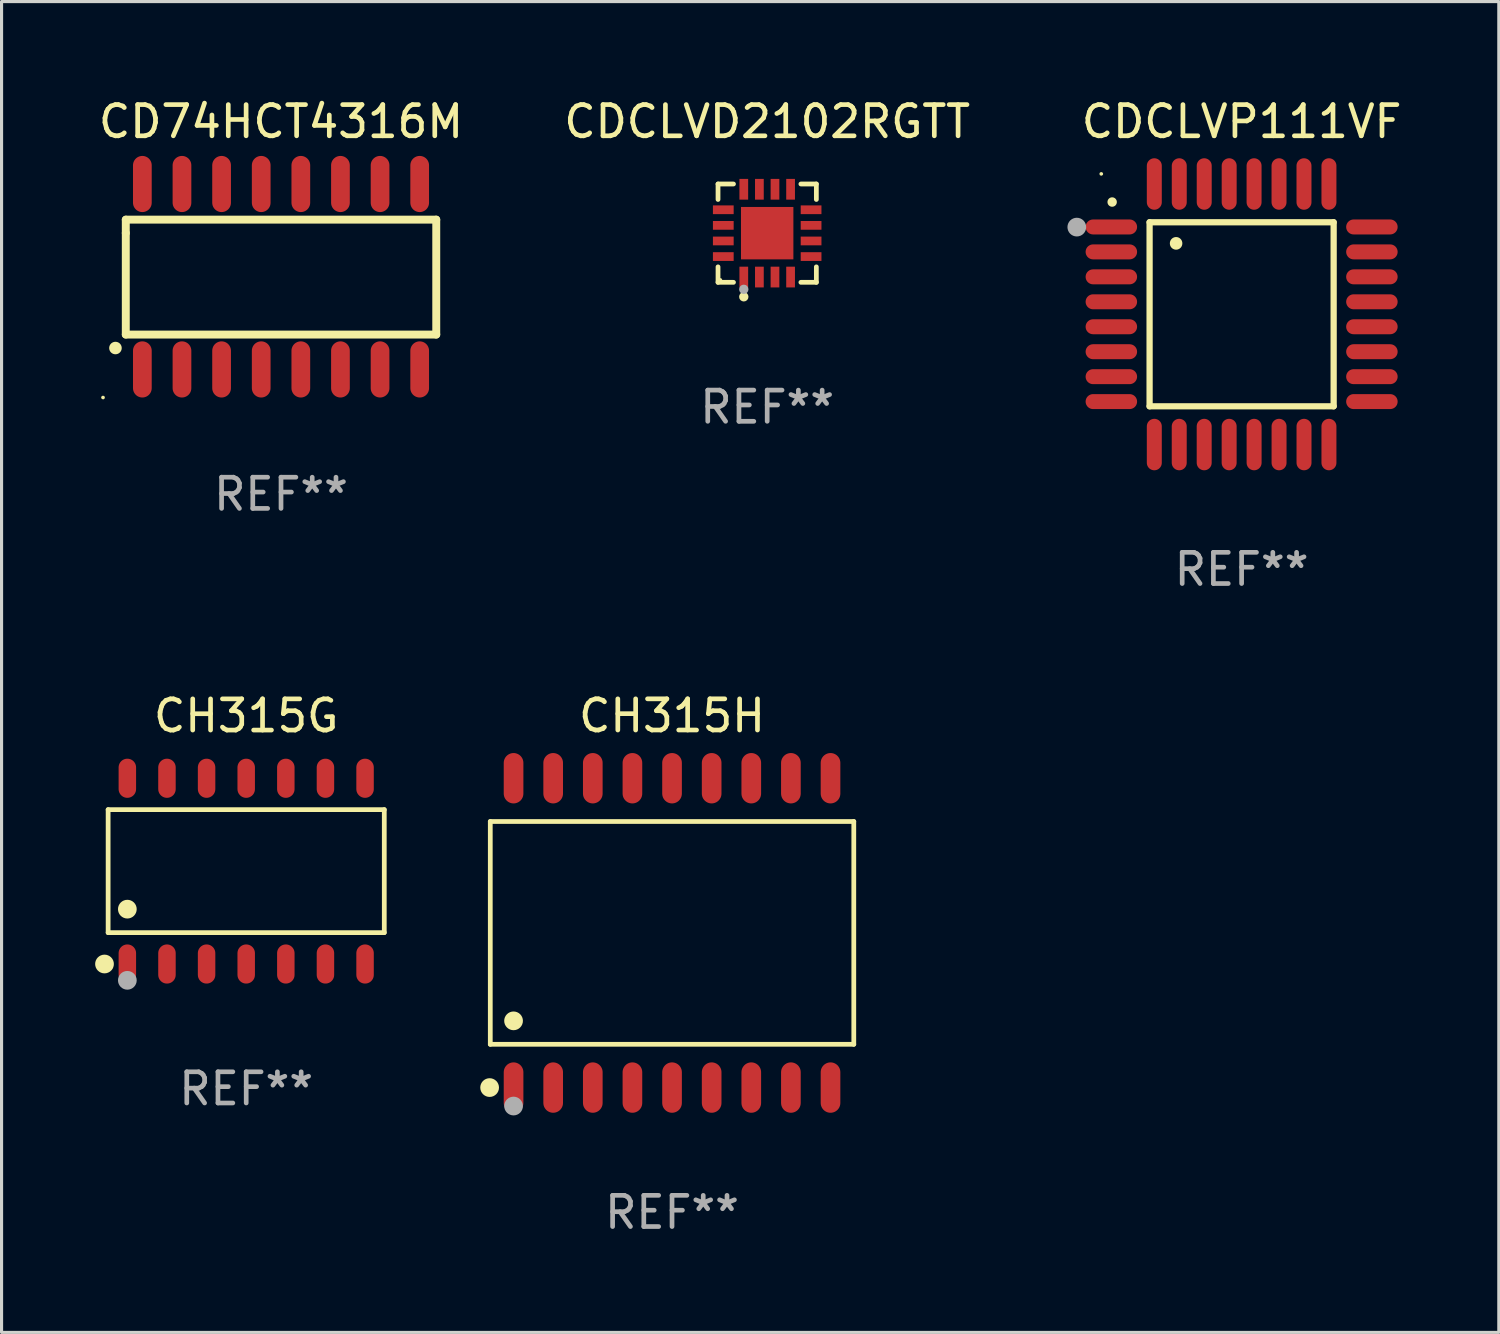
<source format=kicad_pcb>
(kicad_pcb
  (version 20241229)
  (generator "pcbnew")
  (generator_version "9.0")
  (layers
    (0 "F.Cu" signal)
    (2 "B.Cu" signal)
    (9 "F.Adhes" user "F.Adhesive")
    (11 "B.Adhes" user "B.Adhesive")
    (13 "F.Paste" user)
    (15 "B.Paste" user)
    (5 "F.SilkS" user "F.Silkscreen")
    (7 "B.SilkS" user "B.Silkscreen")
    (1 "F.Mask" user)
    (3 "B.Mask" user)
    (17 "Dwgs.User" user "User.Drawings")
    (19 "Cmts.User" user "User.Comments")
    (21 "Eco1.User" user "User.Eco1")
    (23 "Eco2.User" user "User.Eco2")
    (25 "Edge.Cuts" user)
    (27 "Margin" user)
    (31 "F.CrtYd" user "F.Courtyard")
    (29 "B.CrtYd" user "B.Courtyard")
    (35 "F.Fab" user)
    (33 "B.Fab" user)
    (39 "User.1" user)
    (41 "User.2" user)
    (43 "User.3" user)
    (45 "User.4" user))
  (footprint "CDCLVP111VF"
    (layer "F.Cu")
    (at 36.75 7.024)
    (property "Reference" "CDCLVP111VF" (at 0 -6.176 0) (layer "F.SilkS") (effects (font (size 1 1) (thickness 0.15))))
    (attr through_hole)
    (fp_line (start -2.95 -2.95) (end -2.95 2.95) (stroke (width 0.2) (type solid)) (layer "F.SilkS"))
    (fp_line (start -2.95 2.95) (end 2.95 2.95) (stroke (width 0.2) (type solid)) (layer "F.SilkS"))
    (fp_line (start 2.95 -2.95) (end -2.95 -2.95) (stroke (width 0.2) (type solid)) (layer "F.SilkS"))
    (fp_line (start 2.95 2.95) (end 2.95 -2.95) (stroke (width 0.2) (type solid)) (layer "F.SilkS"))
    (fp_arc (start -4.150178 -3.596622) (mid -4.150183 -3.597892) (end -4.150178 -3.599162) (stroke (width 0.3) (type solid)) (layer "F.SilkS"))
    (fp_arc (start -2.100394 -2.270739) (mid -2.10041 -2.273279) (end -2.100394 -2.275819) (stroke (width 0.4) (type solid)) (layer "F.SilkS"))
    (fp_circle (center -4.5 -4.5) (end -4.47 -4.5) (stroke (width 0.06) (type solid)) (fill no) (layer "F.SilkS"))
    (fp_circle (center -5.283 -2.794) (end -5.133 -2.794) (stroke (width 0.3) (type solid)) (fill no) (layer "F.Fab"))
    (fp_text user "REF**" (at 0 8.176 0) (layer "F.Fab") (effects (font (size 1 1) (thickness 0.15))))
    (pad "1" smd oval (at -4.176 -2.799 90) (size 0.48 1.65) (layers "F.Cu" "F.Mask" "F.Paste"))
    (pad "2" smd oval (at -4.176 -2 90) (size 0.48 1.65) (layers "F.Cu" "F.Mask" "F.Paste"))
    (pad "3" smd oval (at -4.176 -1.2 90) (size 0.48 1.65) (layers "F.Cu" "F.Mask" "F.Paste"))
    (pad "4" smd oval (at -4.176 -0.4 90) (size 0.48 1.65) (layers "F.Cu" "F.Mask" "F.Paste"))
    (pad "5" smd oval (at -4.176 0.4 90) (size 0.48 1.65) (layers "F.Cu" "F.Mask" "F.Paste"))
    (pad "6" smd oval (at -4.176 1.2 90) (size 0.48 1.65) (layers "F.Cu" "F.Mask" "F.Paste"))
    (pad "7" smd oval (at -4.176 2 90) (size 0.48 1.65) (layers "F.Cu" "F.Mask" "F.Paste"))
    (pad "8" smd oval (at -4.176 2.799 90) (size 0.48 1.65) (layers "F.Cu" "F.Mask" "F.Paste"))
    (pad "9" smd oval (at -2.799 4.176) (size 0.48 1.65) (layers "F.Cu" "F.Mask" "F.Paste"))
    (pad "10" smd oval (at -2 4.176) (size 0.48 1.65) (layers "F.Cu" "F.Mask" "F.Paste"))
    (pad "11" smd oval (at -1.2 4.176) (size 0.48 1.65) (layers "F.Cu" "F.Mask" "F.Paste"))
    (pad "12" smd oval (at -0.4 4.176) (size 0.48 1.65) (layers "F.Cu" "F.Mask" "F.Paste"))
    (pad "13" smd oval (at 0.4 4.176) (size 0.48 1.65) (layers "F.Cu" "F.Mask" "F.Paste"))
    (pad "14" smd oval (at 1.2 4.176) (size 0.48 1.65) (layers "F.Cu" "F.Mask" "F.Paste"))
    (pad "15" smd oval (at 2 4.176) (size 0.48 1.65) (layers "F.Cu" "F.Mask" "F.Paste"))
    (pad "16" smd oval (at 2.799 4.176) (size 0.48 1.65) (layers "F.Cu" "F.Mask" "F.Paste"))
    (pad "17" smd oval (at 4.176 2.799 90) (size 0.48 1.65) (layers "F.Cu" "F.Mask" "F.Paste"))
    (pad "18" smd oval (at 4.176 2 90) (size 0.48 1.65) (layers "F.Cu" "F.Mask" "F.Paste"))
    (pad "19" smd oval (at 4.176 1.2 90) (size 0.48 1.65) (layers "F.Cu" "F.Mask" "F.Paste"))
    (pad "20" smd oval (at 4.176 0.4 90) (size 0.48 1.65) (layers "F.Cu" "F.Mask" "F.Paste"))
    (pad "21" smd oval (at 4.176 -0.4 90) (size 0.48 1.65) (layers "F.Cu" "F.Mask" "F.Paste"))
    (pad "22" smd oval (at 4.176 -1.2 90) (size 0.48 1.65) (layers "F.Cu" "F.Mask" "F.Paste"))
    (pad "23" smd oval (at 4.176 -2 90) (size 0.48 1.65) (layers "F.Cu" "F.Mask" "F.Paste"))
    (pad "24" smd oval (at 4.176 -2.799 90) (size 0.48 1.65) (layers "F.Cu" "F.Mask" "F.Paste"))
    (pad "25" smd oval (at 2.799 -4.176) (size 0.48 1.65) (layers "F.Cu" "F.Mask" "F.Paste"))
    (pad "26" smd oval (at 1.999 -4.176) (size 0.48 1.65) (layers "F.Cu" "F.Mask" "F.Paste"))
    (pad "27" smd oval (at 1.199 -4.176) (size 0.48 1.65) (layers "F.Cu" "F.Mask" "F.Paste"))
    (pad "28" smd oval (at 0.399 -4.176) (size 0.48 1.65) (layers "F.Cu" "F.Mask" "F.Paste"))
    (pad "29" smd oval (at -0.399 -4.176) (size 0.48 1.65) (layers "F.Cu" "F.Mask" "F.Paste"))
    (pad "30" smd oval (at -1.199 -4.176) (size 0.48 1.65) (layers "F.Cu" "F.Mask" "F.Paste"))
    (pad "31" smd oval (at -1.999 -4.176) (size 0.48 1.65) (layers "F.Cu" "F.Mask" "F.Paste"))
    (pad "32" smd oval (at -2.799 -4.176) (size 0.48 1.65) (layers "F.Cu" "F.Mask" "F.Paste")))
  (footprint "CH315H"
    (layer "F.Cu")
    (at 18.492 26.854)
    (property "Reference" "CH315H" (at 0 -6.958 0) (layer "F.SilkS") (effects (font (size 1 1) (thickness 0.15))))
    (attr through_hole)
    (fp_line (start -5.826 -3.571) (end 5.826 -3.571) (stroke (width 0.152) (type solid)) (layer "F.SilkS"))
    (fp_line (start -5.826 3.571) (end -5.826 -3.571) (stroke (width 0.152) (type solid)) (layer "F.SilkS"))
    (fp_line (start 5.826 -3.571) (end 5.826 3.571) (stroke (width 0.152) (type solid)) (layer "F.SilkS"))
    (fp_line (start 5.826 3.571) (end -5.826 3.571) (stroke (width 0.152) (type solid)) (layer "F.SilkS"))
    (fp_circle (center -5.847 4.958) (end -5.697 4.958) (stroke (width 0.3) (type solid)) (fill no) (layer "F.SilkS"))
    (fp_circle (center -5.75 5.15) (end -5.72 5.15) (stroke (width 0.06) (type solid)) (fill no) (layer "F.SilkS"))
    (fp_circle (center -5.08 2.819) (end -4.93 2.819) (stroke (width 0.3) (type solid)) (fill no) (layer "F.SilkS"))
    (fp_circle (center -5.08 5.55) (end -4.93 5.55) (stroke (width 0.3) (type solid)) (fill no) (layer "F.Fab"))
    (fp_text user "REF**" (at 0 8.958 0) (layer "F.Fab") (effects (font (size 1 1) (thickness 0.15))))
    (pad "1" smd oval (at -5.08 4.958) (size 0.63 1.615) (layers "F.Cu" "F.Mask" "F.Paste"))
    (pad "2" smd oval (at -3.81 4.958) (size 0.63 1.615) (layers "F.Cu" "F.Mask" "F.Paste"))
    (pad "3" smd oval (at -2.54 4.958) (size 0.63 1.615) (layers "F.Cu" "F.Mask" "F.Paste"))
    (pad "4" smd oval (at -1.27 4.958) (size 0.63 1.615) (layers "F.Cu" "F.Mask" "F.Paste"))
    (pad "5" smd oval (at 0 4.958) (size 0.63 1.615) (layers "F.Cu" "F.Mask" "F.Paste"))
    (pad "6" smd oval (at 1.27 4.958) (size 0.63 1.615) (layers "F.Cu" "F.Mask" "F.Paste"))
    (pad "7" smd oval (at 2.54 4.958) (size 0.63 1.615) (layers "F.Cu" "F.Mask" "F.Paste"))
    (pad "8" smd oval (at 3.81 4.958) (size 0.63 1.615) (layers "F.Cu" "F.Mask" "F.Paste"))
    (pad "9" smd oval (at 5.08 4.958) (size 0.63 1.615) (layers "F.Cu" "F.Mask" "F.Paste"))
    (pad "10" smd oval (at 5.08 -4.958) (size 0.63 1.615) (layers "F.Cu" "F.Mask" "F.Paste"))
    (pad "11" smd oval (at 3.81 -4.958) (size 0.63 1.615) (layers "F.Cu" "F.Mask" "F.Paste"))
    (pad "12" smd oval (at 2.54 -4.958) (size 0.63 1.615) (layers "F.Cu" "F.Mask" "F.Paste"))
    (pad "13" smd oval (at 1.27 -4.958) (size 0.63 1.615) (layers "F.Cu" "F.Mask" "F.Paste"))
    (pad "14" smd oval (at 0 -4.958) (size 0.63 1.615) (layers "F.Cu" "F.Mask" "F.Paste"))
    (pad "15" smd oval (at -1.27 -4.958) (size 0.63 1.615) (layers "F.Cu" "F.Mask" "F.Paste"))
    (pad "16" smd oval (at -2.54 -4.958) (size 0.63 1.615) (layers "F.Cu" "F.Mask" "F.Paste"))
    (pad "17" smd oval (at -3.81 -4.958) (size 0.63 1.615) (layers "F.Cu" "F.Mask" "F.Paste"))
    (pad "18" smd oval (at -5.08 -4.958) (size 0.63 1.615) (layers "F.Cu" "F.Mask" "F.Paste")))
  (footprint "CH315G"
    (layer "F.Cu")
    (at 4.842 24.874)
    (property "Reference" "CH315G" (at 0 -4.977 0) (layer "F.SilkS") (effects (font (size 1 1) (thickness 0.15))))
    (attr through_hole)
    (fp_line (start -4.426 -1.971) (end 4.426 -1.971) (stroke (width 0.152) (type solid)) (layer "F.SilkS"))
    (fp_line (start -4.426 1.971) (end -4.426 -1.971) (stroke (width 0.152) (type solid)) (layer "F.SilkS"))
    (fp_line (start 4.426 -1.971) (end 4.426 1.971) (stroke (width 0.152) (type solid)) (layer "F.SilkS"))
    (fp_line (start 4.426 1.971) (end -4.426 1.971) (stroke (width 0.152) (type solid)) (layer "F.SilkS"))
    (fp_circle (center -4.542 2.977) (end -4.392 2.977) (stroke (width 0.3) (type solid)) (fill no) (layer "F.SilkS"))
    (fp_circle (center -4.35 3.1) (end -4.32 3.1) (stroke (width 0.06) (type solid)) (fill no) (layer "F.SilkS"))
    (fp_circle (center -3.81 1.219) (end -3.66 1.219) (stroke (width 0.3) (type solid)) (fill no) (layer "F.SilkS"))
    (fp_circle (center -3.81 3.5) (end -3.66 3.5) (stroke (width 0.3) (type solid)) (fill no) (layer "F.Fab"))
    (fp_text user "REF**" (at 0 6.977 0) (layer "F.Fab") (effects (font (size 1 1) (thickness 0.15))))
    (pad "1" smd oval (at -3.81 2.977) (size 0.56 1.255) (layers "F.Cu" "F.Mask" "F.Paste"))
    (pad "2" smd oval (at -2.54 2.977) (size 0.56 1.255) (layers "F.Cu" "F.Mask" "F.Paste"))
    (pad "3" smd oval (at -1.27 2.977) (size 0.56 1.255) (layers "F.Cu" "F.Mask" "F.Paste"))
    (pad "4" smd oval (at 0 2.977) (size 0.56 1.255) (layers "F.Cu" "F.Mask" "F.Paste"))
    (pad "5" smd oval (at 1.27 2.977) (size 0.56 1.255) (layers "F.Cu" "F.Mask" "F.Paste"))
    (pad "6" smd oval (at 2.54 2.977) (size 0.56 1.255) (layers "F.Cu" "F.Mask" "F.Paste"))
    (pad "7" smd oval (at 3.81 2.977) (size 0.56 1.255) (layers "F.Cu" "F.Mask" "F.Paste"))
    (pad "8" smd oval (at 3.81 -2.977) (size 0.56 1.255) (layers "F.Cu" "F.Mask" "F.Paste"))
    (pad "9" smd oval (at 2.54 -2.977) (size 0.56 1.255) (layers "F.Cu" "F.Mask" "F.Paste"))
    (pad "10" smd oval (at 1.27 -2.977) (size 0.56 1.255) (layers "F.Cu" "F.Mask" "F.Paste"))
    (pad "11" smd oval (at 0 -2.977) (size 0.56 1.255) (layers "F.Cu" "F.Mask" "F.Paste"))
    (pad "12" smd oval (at -1.27 -2.977) (size 0.56 1.255) (layers "F.Cu" "F.Mask" "F.Paste"))
    (pad "13" smd oval (at -2.54 -2.977) (size 0.56 1.255) (layers "F.Cu" "F.Mask" "F.Paste"))
    (pad "14" smd oval (at -3.81 -2.977) (size 0.56 1.255) (layers "F.Cu" "F.Mask" "F.Paste")))
  (footprint "CDCLVD2102RGTT"
    (layer "F.Cu")
    (at 21.542 4.424)
    (property "Reference" "CDCLVD2102RGTT" (at 0 -3.576 0) (layer "F.SilkS") (effects (font (size 1 1) (thickness 0.15))))
    (attr through_hole)
    (fp_line (start -1.576 -1.576) (end -1.08 -1.576) (stroke (width 0.152) (type solid)) (layer "F.SilkS"))
    (fp_line (start -1.576 -1.08) (end -1.576 -1.576) (stroke (width 0.152) (type solid)) (layer "F.SilkS"))
    (fp_line (start -1.576 1.08) (end -1.576 1.576) (stroke (width 0.152) (type solid)) (layer "F.SilkS"))
    (fp_line (start -1.576 1.576) (end -1.08 1.576) (stroke (width 0.152) (type solid)) (layer "F.SilkS"))
    (fp_line (start 1.576 -1.576) (end 1.08 -1.576) (stroke (width 0.152) (type solid)) (layer "F.SilkS"))
    (fp_line (start 1.576 -1.08) (end 1.576 -1.576) (stroke (width 0.152) (type solid)) (layer "F.SilkS"))
    (fp_line (start 1.576 1.08) (end 1.576 1.576) (stroke (width 0.152) (type solid)) (layer "F.SilkS"))
    (fp_line (start 1.576 1.576) (end 1.08 1.576) (stroke (width 0.152) (type solid)) (layer "F.SilkS"))
    (fp_circle (center -1.5 1.5) (end -1.47 1.5) (stroke (width 0.06) (type solid)) (fill no) (layer "F.SilkS"))
    (fp_circle (center -0.75 2.04) (end -0.675 2.04) (stroke (width 0.15) (type solid)) (fill no) (layer "F.SilkS"))
    (fp_circle (center -0.75 1.8) (end -0.675 1.8) (stroke (width 0.15) (type solid)) (fill no) (layer "F.Fab"))
    (fp_text user "REF**" (at 0 5.576 0) (layer "F.Fab") (effects (font (size 1 1) (thickness 0.15))))
    (pad "1" smd rect (at -0.75 1.407) (size 0.28 0.665) (layers "F.Cu" "F.Mask" "F.Paste"))
    (pad "2" smd rect (at -0.25 1.407) (size 0.28 0.665) (layers "F.Cu" "F.Mask" "F.Paste"))
    (pad "3" smd rect (at 0.25 1.407) (size 0.28 0.665) (layers "F.Cu" "F.Mask" "F.Paste"))
    (pad "4" smd rect (at 0.75 1.407) (size 0.28 0.665) (layers "F.Cu" "F.Mask" "F.Paste"))
    (pad "5" smd rect (at 1.407 0.75) (size 0.665 0.28) (layers "F.Cu" "F.Mask" "F.Paste"))
    (pad "6" smd rect (at 1.407 0.25) (size 0.665 0.28) (layers "F.Cu" "F.Mask" "F.Paste"))
    (pad "7" smd rect (at 1.407 -0.25) (size 0.665 0.28) (layers "F.Cu" "F.Mask" "F.Paste"))
    (pad "8" smd rect (at 1.407 -0.75) (size 0.665 0.28) (layers "F.Cu" "F.Mask" "F.Paste"))
    (pad "9" smd rect (at 0.75 -1.407) (size 0.28 0.665) (layers "F.Cu" "F.Mask" "F.Paste"))
    (pad "10" smd rect (at 0.25 -1.407) (size 0.28 0.665) (layers "F.Cu" "F.Mask" "F.Paste"))
    (pad "11" smd rect (at -0.25 -1.407) (size 0.28 0.665) (layers "F.Cu" "F.Mask" "F.Paste"))
    (pad "12" smd rect (at -0.75 -1.407) (size 0.28 0.665) (layers "F.Cu" "F.Mask" "F.Paste"))
    (pad "13" smd rect (at -1.407 -0.75) (size 0.665 0.28) (layers "F.Cu" "F.Mask" "F.Paste"))
    (pad "14" smd rect (at -1.407 -0.25) (size 0.665 0.28) (layers "F.Cu" "F.Mask" "F.Paste"))
    (pad "15" smd rect (at -1.407 0.25) (size 0.665 0.28) (layers "F.Cu" "F.Mask" "F.Paste"))
    (pad "16" smd rect (at -1.407 0.75) (size 0.665 0.28) (layers "F.Cu" "F.Mask" "F.Paste"))
    (pad "17" smd rect (at 0 0) (size 1.68 1.68) (layers "F.Cu" "F.Mask" "F.Paste")))
  (footprint "CD74HCT4316M"
    (layer "F.Cu")
    (at 5.958 5.82)
    (property "Reference" "CD74HCT4316M" (at 0 -4.972 0) (layer "F.SilkS") (effects (font (size 1 1) (thickness 0.15))))
    (attr through_hole)
    (fp_line (start -4.976 -1.829) (end -4.976 -1.4) (stroke (width 0.254) (type solid)) (layer "F.SilkS"))
    (fp_line (start -4.976 -1.4) (end -4.976 1.854) (stroke (width 0.254) (type solid)) (layer "F.SilkS"))
    (fp_line (start -4.976 1.854) (end 4.976 1.854) (stroke (width 0.254) (type solid)) (layer "F.SilkS"))
    (fp_line (start 4.976 -1.829) (end -4.976 -1.829) (stroke (width 0.254) (type solid)) (layer "F.SilkS"))
    (fp_line (start 4.976 1.854) (end 4.976 -1.829) (stroke (width 0.254) (type solid)) (layer "F.SilkS"))
    (fp_arc (start -5.308611 2.286005) (mid -5.307341 2.286001) (end -5.306071 2.286005) (stroke (width 0.4) (type solid)) (layer "F.SilkS"))
    (fp_circle (center -5.707 3.872) (end -5.677 3.872) (stroke (width 0.06) (type solid)) (fill no) (layer "F.SilkS"))
    (fp_text user "REF**" (at 0 6.972 0) (layer "F.Fab") (effects (font (size 1 1) (thickness 0.15))))
    (pad "1" smd oval (at -4.445 2.972 180) (size 0.6 1.8) (layers "F.Cu" "F.Mask" "F.Paste"))
    (pad "2" smd oval (at -3.175 2.972 180) (size 0.6 1.8) (layers "F.Cu" "F.Mask" "F.Paste"))
    (pad "3" smd oval (at -1.905 2.972 180) (size 0.6 1.8) (layers "F.Cu" "F.Mask" "F.Paste"))
    (pad "4" smd oval (at -0.635 2.972 180) (size 0.6 1.8) (layers "F.Cu" "F.Mask" "F.Paste"))
    (pad "5" smd oval (at 0.635 2.972 180) (size 0.6 1.8) (layers "F.Cu" "F.Mask" "F.Paste"))
    (pad "6" smd oval (at 1.905 2.972 180) (size 0.6 1.8) (layers "F.Cu" "F.Mask" "F.Paste"))
    (pad "7" smd oval (at 3.175 2.972 180) (size 0.6 1.8) (layers "F.Cu" "F.Mask" "F.Paste"))
    (pad "8" smd oval (at 4.445 2.972 180) (size 0.6 1.8) (layers "F.Cu" "F.Mask" "F.Paste"))
    (pad "9" smd oval (at 4.445 -2.972 180) (size 0.6 1.8) (layers "F.Cu" "F.Mask" "F.Paste"))
    (pad "10" smd oval (at 3.175 -2.972 180) (size 0.6 1.8) (layers "F.Cu" "F.Mask" "F.Paste"))
    (pad "11" smd oval (at 1.905 -2.972 180) (size 0.6 1.8) (layers "F.Cu" "F.Mask" "F.Paste"))
    (pad "12" smd oval (at 0.635 -2.972 180) (size 0.6 1.8) (layers "F.Cu" "F.Mask" "F.Paste"))
    (pad "13" smd oval (at -0.635 -2.972 180) (size 0.6 1.8) (layers "F.Cu" "F.Mask" "F.Paste"))
    (pad "14" smd oval (at -1.905 -2.972 180) (size 0.6 1.8) (layers "F.Cu" "F.Mask" "F.Paste"))
    (pad "15" smd oval (at -3.175 -2.972 180) (size 0.6 1.8) (layers "F.Cu" "F.Mask" "F.Paste"))
    (pad "16" smd oval (at -4.445 -2.972 180) (size 0.6 1.8) (layers "F.Cu" "F.Mask" "F.Paste")))
  (gr_rect
    (start -3 -3)
    (end 44.994 39.66)
    (stroke (width 0.1) (type default))
    (fill no)
    (layer "Edge.Cuts")))
</source>
